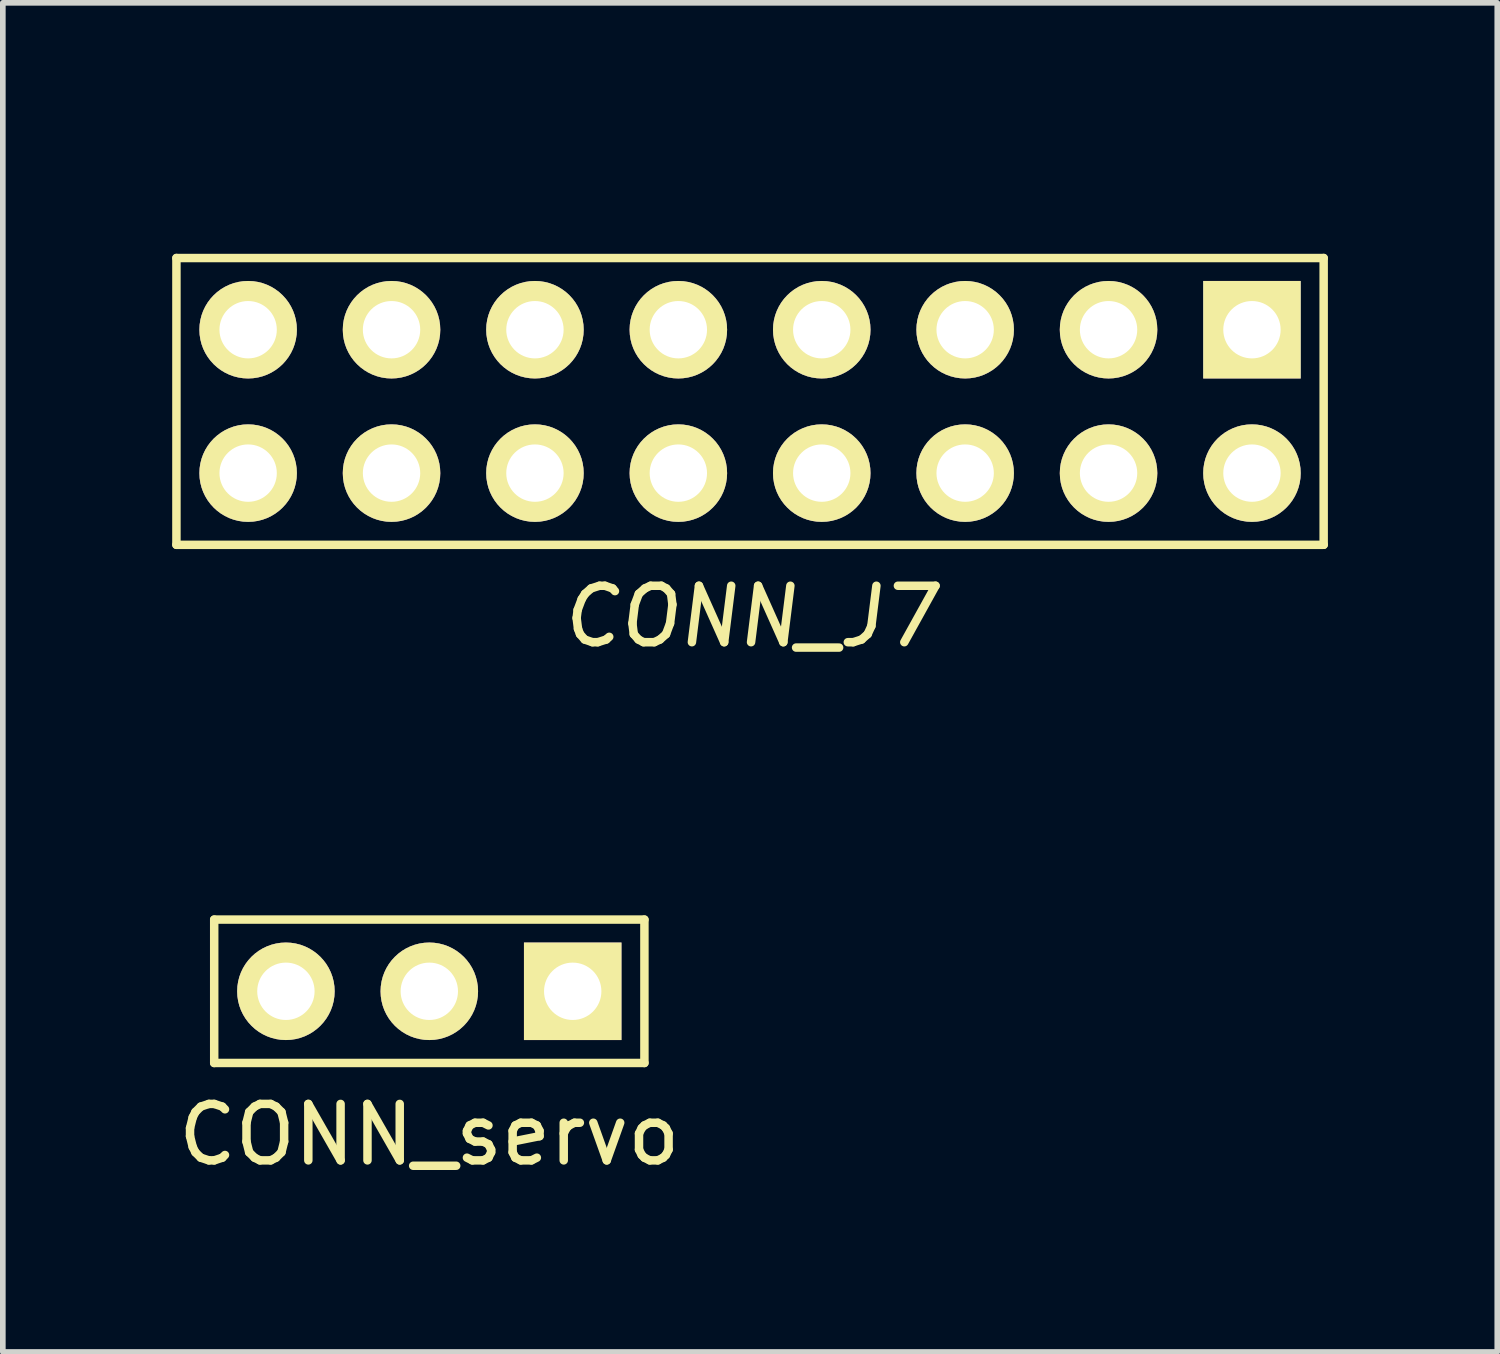
<source format=kicad_pcb>
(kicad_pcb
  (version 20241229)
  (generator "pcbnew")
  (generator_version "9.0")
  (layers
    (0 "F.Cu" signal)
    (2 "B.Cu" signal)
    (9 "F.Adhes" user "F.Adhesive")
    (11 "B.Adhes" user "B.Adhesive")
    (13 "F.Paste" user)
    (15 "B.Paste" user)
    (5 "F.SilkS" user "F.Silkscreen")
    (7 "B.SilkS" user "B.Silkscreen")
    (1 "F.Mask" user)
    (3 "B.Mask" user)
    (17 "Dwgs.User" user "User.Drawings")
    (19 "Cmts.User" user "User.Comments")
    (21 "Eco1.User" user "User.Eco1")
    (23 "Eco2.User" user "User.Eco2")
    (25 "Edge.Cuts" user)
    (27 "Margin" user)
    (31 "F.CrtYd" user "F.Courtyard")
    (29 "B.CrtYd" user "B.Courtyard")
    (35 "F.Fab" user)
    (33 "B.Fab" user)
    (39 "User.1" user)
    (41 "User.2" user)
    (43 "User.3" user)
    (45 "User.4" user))
  (footprint "CONN_servo"
    (layer "F.Cu")
    (at 4.554 11.968)
    (property "Reference" "CONN_servo" (at 0 5.08 0) (layer "F.SilkS") (effects (font (size 1 1) (thickness 0.15))))
    (attr through_hole)
    (fp_line (start -3.81 1.27) (end -3.81 3.81) (stroke (width 0.15) (type solid)) (layer "F.SilkS"))
    (fp_line (start -3.81 3.81) (end 3.81 3.81) (stroke (width 0.15) (type solid)) (layer "F.SilkS"))
    (fp_line (start 3.81 1.27) (end -3.81 1.27) (stroke (width 0.15) (type solid)) (layer "F.SilkS"))
    (fp_line (start 3.81 3.81) (end 3.81 1.27) (stroke (width 0.15) (type solid)) (layer "F.SilkS"))
    (pad "1" thru_hole rect (at 2.54 2.54) (size 1.727 1.727) (drill 1.016) (layers "*.Cu" "*.Mask" "F.SilkS"))
    (pad "2" thru_hole circle (at 0 2.54) (size 1.727 1.727) (drill 1.016) (layers "*.Cu" "*.Mask" "F.SilkS"))
    (pad "3" thru_hole circle (at -2.54 2.54) (size 1.727 1.727) (drill 1.016) (layers "*.Cu" "*.Mask" "F.SilkS")))
  (footprint "CONN_J7"
    (layer "F.Cu")
    (at 10.235 0.25)
    (property "Reference" "CONN_J7" (at 0 7.62 0) (layer "F.SilkS") (effects (font (size 1 1) (thickness 0.15) (italic yes))))
    (attr through_hole)
    (fp_line (start -10.16 1.27) (end -10.16 6.35) (stroke (width 0.15) (type solid)) (layer "F.SilkS"))
    (fp_line (start -10.16 6.35) (end 10.16 6.35) (stroke (width 0.15) (type solid)) (layer "F.SilkS"))
    (fp_line (start 10.16 1.27) (end -10.16 1.27) (stroke (width 0.15) (type solid)) (layer "F.SilkS"))
    (fp_line (start 10.16 6.35) (end 10.16 1.27) (stroke (width 0.15) (type solid)) (layer "F.SilkS"))
    (pad "1" thru_hole rect (at 8.89 2.54) (size 1.727 1.727) (drill 1.016) (layers "*.Cu" "*.Mask" "F.SilkS"))
    (pad "2" thru_hole circle (at 8.89 5.08) (size 1.727 1.727) (drill 1.016) (layers "*.Cu" "*.Mask" "F.SilkS"))
    (pad "3" thru_hole circle (at 6.35 2.54) (size 1.727 1.727) (drill 1.016) (layers "*.Cu" "*.Mask" "F.SilkS"))
    (pad "4" thru_hole circle (at 6.35 5.08) (size 1.727 1.727) (drill 1.016) (layers "*.Cu" "*.Mask" "F.SilkS"))
    (pad "5" thru_hole circle (at 3.81 2.54) (size 1.727 1.727) (drill 1.016) (layers "*.Cu" "*.Mask" "F.SilkS"))
    (pad "6" thru_hole circle (at 3.81 5.08) (size 1.727 1.727) (drill 1.016) (layers "*.Cu" "*.Mask" "F.SilkS"))
    (pad "7" thru_hole circle (at 1.27 2.54) (size 1.727 1.727) (drill 1.016) (layers "*.Cu" "*.Mask" "F.SilkS"))
    (pad "8" thru_hole circle (at 1.27 5.08) (size 1.727 1.727) (drill 1.016) (layers "*.Cu" "*.Mask" "F.SilkS"))
    (pad "9" thru_hole circle (at -1.27 2.54) (size 1.727 1.727) (drill 1.016) (layers "*.Cu" "*.Mask" "F.SilkS"))
    (pad "10" thru_hole circle (at -1.27 5.08) (size 1.727 1.727) (drill 1.016) (layers "*.Cu" "*.Mask" "F.SilkS"))
    (pad "11" thru_hole circle (at -3.81 2.54) (size 1.727 1.727) (drill 1.016) (layers "*.Cu" "*.Mask" "F.SilkS"))
    (pad "12" thru_hole circle (at -3.81 5.08) (size 1.727 1.727) (drill 1.016) (layers "*.Cu" "*.Mask" "F.SilkS"))
    (pad "13" thru_hole circle (at -6.35 2.54) (size 1.727 1.727) (drill 1.016) (layers "*.Cu" "*.Mask" "F.SilkS"))
    (pad "14" thru_hole circle (at -6.35 5.08) (size 1.727 1.727) (drill 1.016) (layers "*.Cu" "*.Mask" "F.SilkS"))
    (pad "15" thru_hole circle (at -8.89 2.54) (size 1.727 1.727) (drill 1.016) (layers "*.Cu" "*.Mask" "F.SilkS"))
    (pad "16" thru_hole circle (at -8.89 5.08) (size 1.727 1.727) (drill 1.016) (layers "*.Cu" "*.Mask" "F.SilkS")))
  (gr_rect
    (start -3 -3)
    (end 23.47 20.896)
    (stroke (width 0.1) (type default))
    (fill no)
    (layer "Edge.Cuts")))
</source>
